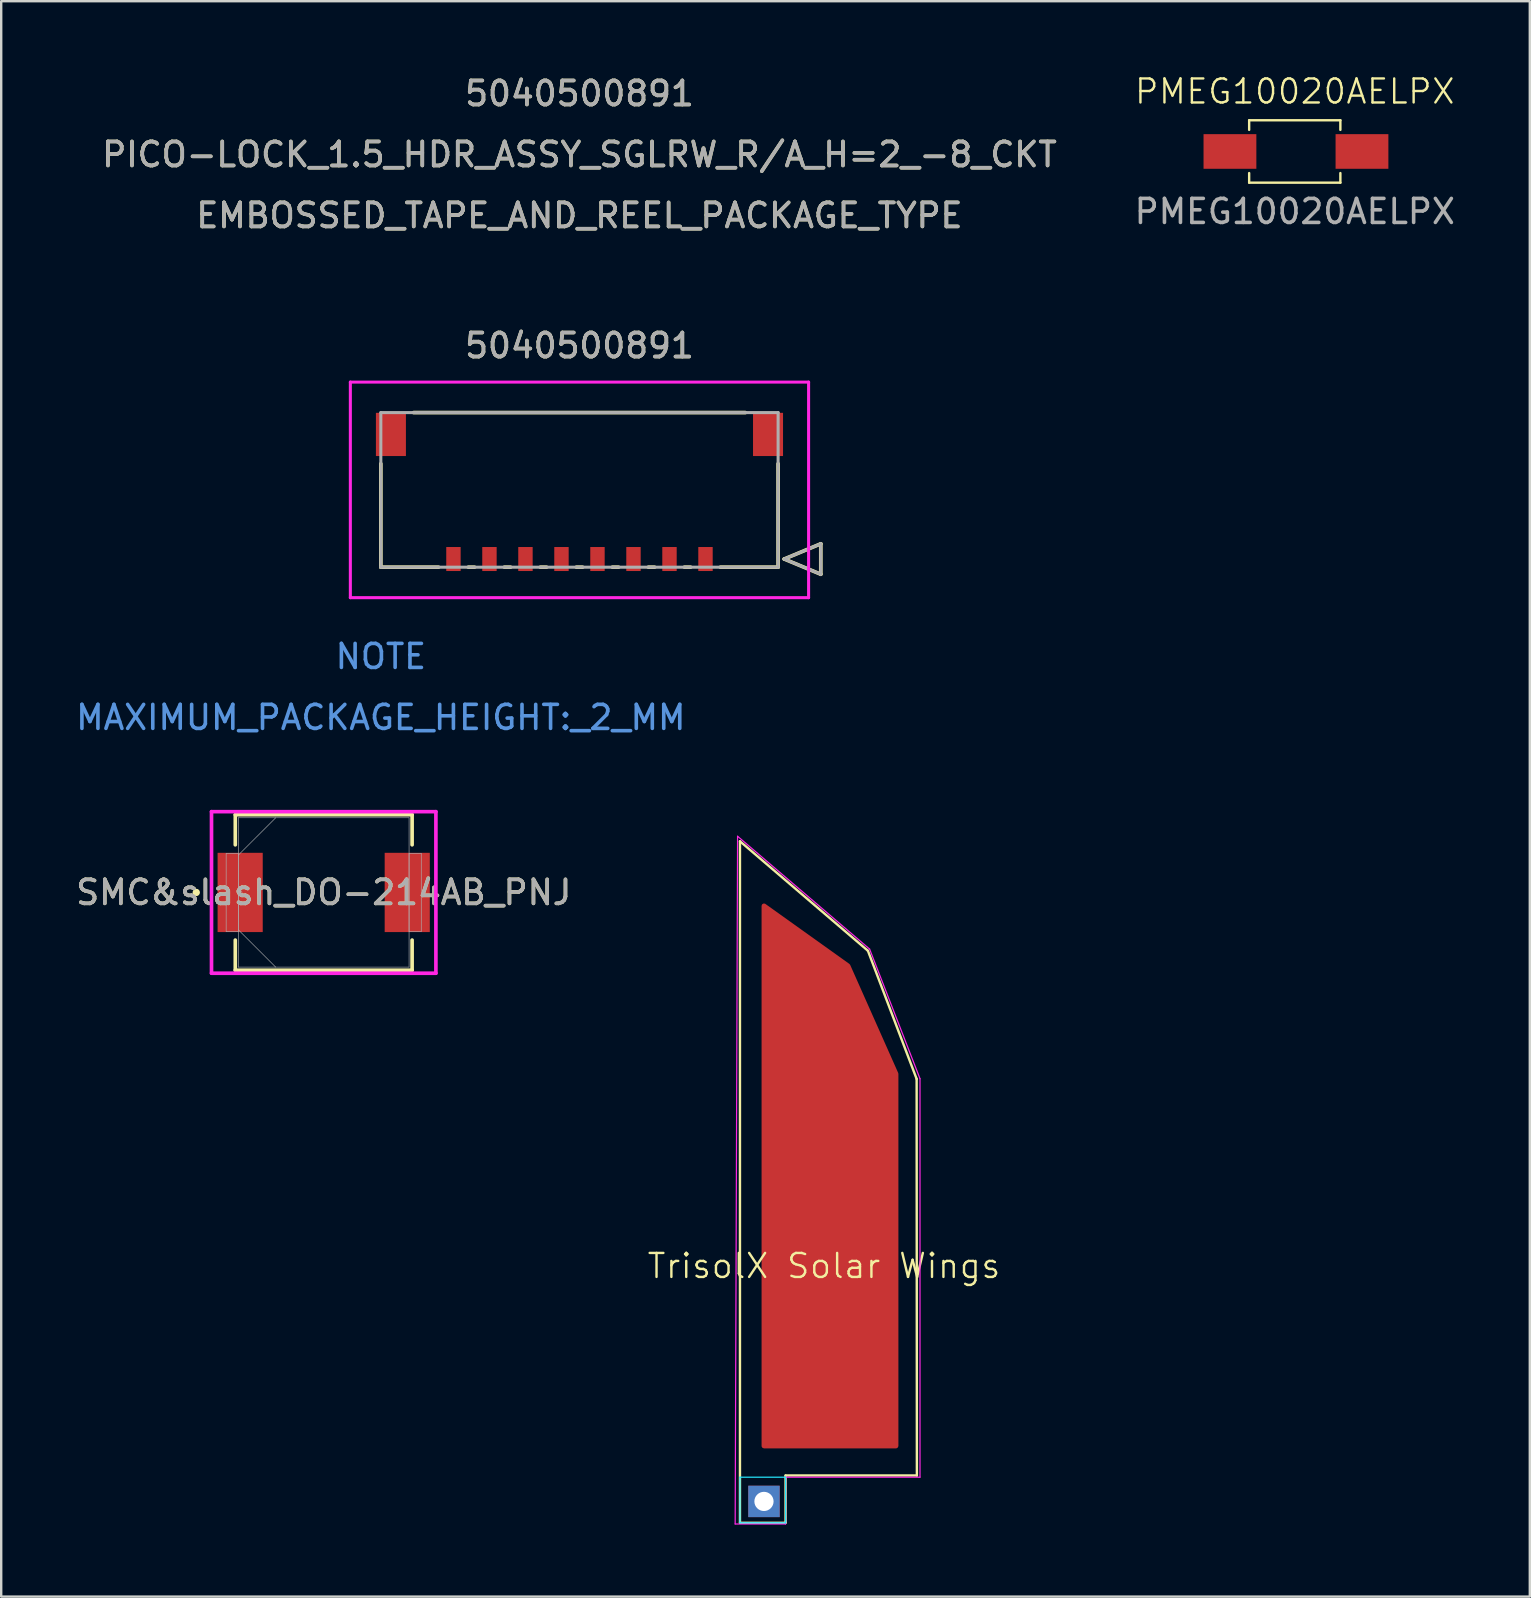
<source format=kicad_pcb>
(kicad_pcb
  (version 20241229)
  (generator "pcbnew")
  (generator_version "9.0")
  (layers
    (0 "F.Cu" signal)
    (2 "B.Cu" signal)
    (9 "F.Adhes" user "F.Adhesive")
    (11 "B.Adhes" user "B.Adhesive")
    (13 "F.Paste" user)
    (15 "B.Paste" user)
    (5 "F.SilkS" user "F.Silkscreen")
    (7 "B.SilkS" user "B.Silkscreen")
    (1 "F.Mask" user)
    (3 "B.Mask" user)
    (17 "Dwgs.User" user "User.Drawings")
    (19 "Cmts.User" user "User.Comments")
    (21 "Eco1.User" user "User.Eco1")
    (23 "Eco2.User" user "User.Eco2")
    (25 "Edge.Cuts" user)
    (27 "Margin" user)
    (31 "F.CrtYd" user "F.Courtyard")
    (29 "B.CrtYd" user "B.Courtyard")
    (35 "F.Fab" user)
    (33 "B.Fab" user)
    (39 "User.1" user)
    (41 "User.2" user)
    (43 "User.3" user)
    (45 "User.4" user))
  (footprint "SMC&slash_DO-214AB_PNJ"
    (layer "F.Cu")
    (at 10.435 34.128)
    (property "Reference" "SMC&slash_DO-214AB_PNJ" (at 0 0 0) (unlocked yes) (layer "F.SilkS") (effects (font (size 1 1) (thickness 0.15))))
    (attr smd)
    (fp_line (start -3.683 -3.239) (end -3.683 -1.984) (stroke (width 0.152) (type solid)) (layer "F.SilkS"))
    (fp_line (start -3.683 1.984) (end -3.683 3.239) (stroke (width 0.152) (type solid)) (layer "F.SilkS"))
    (fp_line (start -3.683 3.239) (end 3.683 3.239) (stroke (width 0.152) (type solid)) (layer "F.SilkS"))
    (fp_line (start 3.683 -3.239) (end -3.683 -3.239) (stroke (width 0.152) (type solid)) (layer "F.SilkS"))
    (fp_line (start 3.683 -1.984) (end 3.683 -3.239) (stroke (width 0.152) (type solid)) (layer "F.SilkS"))
    (fp_line (start 3.683 3.239) (end 3.683 1.984) (stroke (width 0.152) (type solid)) (layer "F.SilkS"))
    (fp_circle (center -5.309 0) (end -5.232 0) (stroke (width 0.152) (type solid)) (fill no) (layer "F.SilkS"))
    (fp_line (start -4.674 -3.365) (end 4.674 -3.365) (stroke (width 0.152) (type solid)) (layer "F.CrtYd"))
    (fp_line (start -4.674 3.365) (end -4.674 -3.365) (stroke (width 0.152) (type solid)) (layer "F.CrtYd"))
    (fp_line (start 4.674 -3.365) (end 4.674 3.365) (stroke (width 0.152) (type solid)) (layer "F.CrtYd"))
    (fp_line (start 4.674 3.365) (end -4.674 3.365) (stroke (width 0.152) (type solid)) (layer "F.CrtYd"))
    (fp_line (start -4.064 -1.626) (end -4.064 1.626) (stroke (width 0.025) (type solid)) (layer "F.Fab"))
    (fp_line (start -4.064 1.626) (end -3.556 1.626) (stroke (width 0.025) (type solid)) (layer "F.Fab"))
    (fp_line (start -3.556 -3.111) (end -3.556 3.111) (stroke (width 0.025) (type solid)) (layer "F.Fab"))
    (fp_line (start -3.556 -1.626) (end -4.064 -1.626) (stroke (width 0.025) (type solid)) (layer "F.Fab"))
    (fp_line (start -3.556 -1.556) (end -2 -3.111) (stroke (width 0.025) (type solid)) (layer "F.Fab"))
    (fp_line (start -3.556 1.556) (end -2 3.111) (stroke (width 0.025) (type solid)) (layer "F.Fab"))
    (fp_line (start -3.556 1.626) (end -3.556 -1.626) (stroke (width 0.025) (type solid)) (layer "F.Fab"))
    (fp_line (start -3.556 3.111) (end 3.556 3.111) (stroke (width 0.025) (type solid)) (layer "F.Fab"))
    (fp_line (start 3.556 -3.111) (end -3.556 -3.111) (stroke (width 0.025) (type solid)) (layer "F.Fab"))
    (fp_line (start 3.556 -1.626) (end 3.556 1.626) (stroke (width 0.025) (type solid)) (layer "F.Fab"))
    (fp_line (start 3.556 1.626) (end 4.064 1.626) (stroke (width 0.025) (type solid)) (layer "F.Fab"))
    (fp_line (start 3.556 3.111) (end 3.556 -3.111) (stroke (width 0.025) (type solid)) (layer "F.Fab"))
    (fp_line (start 4.064 -1.626) (end 3.556 -1.626) (stroke (width 0.025) (type solid)) (layer "F.Fab"))
    (fp_line (start 4.064 1.626) (end 4.064 -1.626) (stroke (width 0.025) (type solid)) (layer "F.Fab"))
    (fp_circle (center -3.48 0) (end -3.404 0) (stroke (width 0.025) (type solid)) (fill no) (layer "F.Fab"))
    (fp_text user "${REFERENCE}" (at 0 0 0) (unlocked yes) (layer "F.Fab") (effects (font (size 1 1) (thickness 0.15))))
    (pad "1" smd rect (at -3.48 0) (size 1.88 3.302) (layers "F.Cu" "F.Mask" "F.Paste"))
    (pad "2" smd rect (at 3.48 0) (size 1.88 3.302) (layers "F.Cu" "F.Mask" "F.Paste"))
    (zone (net_name "") (layer "F.Cu") (hatch full 0.508) (connect_pads) (min_thickness 0.254) (filled_areas_thickness no) (keepout (tracks not_allowed) (vias not_allowed) (pads allowed) (copperpour not_allowed) (footprints allowed)) (placement (enabled no)) (fill) (polygon (pts (xy 7.945 31.068) (xy 12.924 31.068) (xy 12.924 37.189) (xy 7.945 37.189)))))
  (footprint "5040500891"
    (layer "F.Cu")
    (at 26.34 20.238)
    (property "Reference" "5040500891" (at -5.25 -8.89 0) (unlocked yes) (layer "F.SilkS") (effects (font (size 1 1) (thickness 0.15))))
    (attr smd)
    (fp_line (start -13.525 -3.97) (end -13.525 0.34) (stroke (width 0.152) (type solid)) (layer "F.SilkS"))
    (fp_line (start -13.525 0.34) (end -11.12 0.34) (stroke (width 0.152) (type solid)) (layer "F.SilkS"))
    (fp_line (start -9.88 0.34) (end -9.62 0.34) (stroke (width 0.152) (type solid)) (layer "F.SilkS"))
    (fp_line (start -8.38 0.34) (end -8.12 0.34) (stroke (width 0.152) (type solid)) (layer "F.SilkS"))
    (fp_line (start -6.88 0.34) (end -6.62 0.34) (stroke (width 0.152) (type solid)) (layer "F.SilkS"))
    (fp_line (start -5.38 0.34) (end -5.12 0.34) (stroke (width 0.152) (type solid)) (layer "F.SilkS"))
    (fp_line (start -3.88 0.34) (end -3.62 0.34) (stroke (width 0.152) (type solid)) (layer "F.SilkS"))
    (fp_line (start -2.38 0.34) (end -2.12 0.34) (stroke (width 0.152) (type solid)) (layer "F.SilkS"))
    (fp_line (start -0.88 0.34) (end -0.62 0.34) (stroke (width 0.152) (type solid)) (layer "F.SilkS"))
    (fp_line (start 0.62 0.34) (end 3.025 0.34) (stroke (width 0.152) (type solid)) (layer "F.SilkS"))
    (fp_line (start 1.66 -6.1) (end -12.16 -6.1) (stroke (width 0.152) (type solid)) (layer "F.SilkS"))
    (fp_line (start 3.025 0.34) (end 3.025 -3.97) (stroke (width 0.152) (type solid)) (layer "F.SilkS"))
    (fp_line (start 3.279 0) (end 4.803 -0.635) (stroke (width 0.152) (type solid)) (layer "F.SilkS"))
    (fp_line (start 4.803 -0.635) (end 4.803 0.635) (stroke (width 0.152) (type solid)) (layer "F.SilkS"))
    (fp_line (start 4.803 0.635) (end 3.279 0) (stroke (width 0.152) (type solid)) (layer "F.SilkS"))
    (fp_line (start -14.795 -7.37) (end -14.795 1.61) (stroke (width 0.127) (type solid)) (layer "F.CrtYd"))
    (fp_line (start -14.795 1.61) (end 4.295 1.61) (stroke (width 0.127) (type solid)) (layer "F.CrtYd"))
    (fp_line (start 4.295 -7.37) (end -14.795 -7.37) (stroke (width 0.127) (type solid)) (layer "F.CrtYd"))
    (fp_line (start 4.295 1.61) (end 4.295 -7.37) (stroke (width 0.127) (type solid)) (layer "F.CrtYd"))
    (fp_line (start -13.525 -6.1) (end -13.525 0.34) (stroke (width 0.127) (type solid)) (layer "F.Fab"))
    (fp_line (start -13.525 0.34) (end 3.025 0.34) (stroke (width 0.127) (type solid)) (layer "F.Fab"))
    (fp_line (start 3.025 -6.1) (end -13.525 -6.1) (stroke (width 0.127) (type solid)) (layer "F.Fab"))
    (fp_line (start 3.025 0.34) (end 3.025 -6.1) (stroke (width 0.127) (type solid)) (layer "F.Fab"))
    (fp_line (start 3.279 0) (end 4.803 -0.635) (stroke (width 0.127) (type solid)) (layer "F.Fab"))
    (fp_line (start 4.803 -0.635) (end 4.803 0.635) (stroke (width 0.127) (type solid)) (layer "F.Fab"))
    (fp_line (start 4.803 0.635) (end 3.279 0) (stroke (width 0.127) (type solid)) (layer "F.Fab"))
    (fp_text user "PICO-LOCK_1.5_HDR_ASSY_SGLRW_R/A_H=2_-8_CKT" (at -5.25 -16.85 0) (unlocked yes) (layer "F.SilkS") (effects (font (size 1 1) (thickness 0.15))))
    (fp_text user "EMBOSSED_TAPE_AND_REEL_PACKAGE_TYPE" (at -5.25 -14.31 0) (unlocked yes) (layer "F.SilkS") (effects (font (size 1 1) (thickness 0.15))))
    (fp_text user "5040500891" (at -5.25 -19.39 0) (unlocked yes) (layer "F.SilkS") (effects (font (size 1 1) (thickness 0.15))))
    (fp_text user "MAXIMUM_PACKAGE_HEIGHT:_2_MM" (at -13.525 6.6 0) (unlocked yes) (layer "Cmts.User") (effects (font (size 1 1) (thickness 0.15))))
    (fp_text user "NOTE" (at -13.525 4.06 0) (unlocked yes) (layer "Cmts.User") (effects (font (size 1 1) (thickness 0.15))))
    (fp_text user "${REFERENCE}" (at -5.25 -8.89 0) (unlocked yes) (layer "F.Fab") (effects (font (size 1 1) (thickness 0.15))))
    (fp_text user "EMBOSSED_TAPE_AND_REEL_PACKAGE_TYPE" (at -5.25 -14.31 0) (unlocked yes) (layer "F.Fab") (effects (font (size 1 1) (thickness 0.15))))
    (fp_text user "PICO-LOCK_1.5_HDR_ASSY_SGLRW_R/A_H=2_-8_CKT" (at -5.25 -16.85 0) (unlocked yes) (layer "F.Fab") (effects (font (size 1 1) (thickness 0.15))))
    (fp_text user "5040500891" (at -5.25 -19.39 0) (unlocked yes) (layer "F.Fab") (effects (font (size 1 1) (thickness 0.15))))
    (pad "1" smd rect (at 0 0) (size 0.6 1) (layers "F.Cu" "F.Mask" "F.Paste"))
    (pad "2" smd rect (at -1.5 0) (size 0.6 1) (layers "F.Cu" "F.Mask" "F.Paste"))
    (pad "3" smd rect (at -3 0) (size 0.6 1) (layers "F.Cu" "F.Mask" "F.Paste"))
    (pad "4" smd rect (at -4.5 0) (size 0.6 1) (layers "F.Cu" "F.Mask" "F.Paste"))
    (pad "5" smd rect (at -6 0) (size 0.6 1) (layers "F.Cu" "F.Mask" "F.Paste"))
    (pad "6" smd rect (at -7.5 0) (size 0.6 1) (layers "F.Cu" "F.Mask" "F.Paste"))
    (pad "7" smd rect (at -9 0) (size 0.6 1) (layers "F.Cu" "F.Mask" "F.Paste"))
    (pad "8" smd rect (at -10.5 0) (size 0.6 1) (layers "F.Cu" "F.Mask" "F.Paste"))
    (pad "9" smd rect (at 2.605 -5.19) (size 1.25 1.8) (layers "F.Cu" "F.Mask" "F.Paste"))
    (pad "10" smd rect (at -13.105 -5.19) (size 1.25 1.8) (layers "F.Cu" "F.Mask" "F.Paste")))
  (footprint "PMEG10020AELPX"
    (layer "F.Cu")
    (at 50.888 3.26)
    (property "Reference" "PMEG10020AELPX" (at 0 -2.5 0) (unlocked yes) (layer "F.SilkS") (effects (font (size 1 1) (thickness 0.1))))
    (attr smd)
    (fp_line (start -1.9 -1.3) (end -1.9 -0.9) (stroke (width 0.1) (type default)) (layer "F.SilkS"))
    (fp_line (start -1.9 -1.3) (end 1.9 -1.3) (stroke (width 0.1) (type default)) (layer "F.SilkS"))
    (fp_line (start -1.9 1.3) (end -1.9 0.9) (stroke (width 0.1) (type default)) (layer "F.SilkS"))
    (fp_line (start -1.9 1.3) (end 1.9 1.3) (stroke (width 0.1) (type default)) (layer "F.SilkS"))
    (fp_line (start 1.9 -1.3) (end 1.9 -0.9) (stroke (width 0.1) (type default)) (layer "F.SilkS"))
    (fp_line (start 1.9 1.3) (end 1.9 0.9) (stroke (width 0.1) (type default)) (layer "F.SilkS"))
    (fp_text user "${REFERENCE}" (at 0 2.5 0) (unlocked yes) (layer "F.Fab") (effects (font (size 1 1) (thickness 0.15))))
    (pad "1" smd rect (at -2.7 0 90) (size 1.443 2.2) (layers "F.Cu" "F.Mask" "F.Paste"))
    (pad "2" smd rect (at 2.8 0 90) (size 1.443 2.2) (layers "F.Cu" "F.Mask" "F.Paste"))
    (zone (net_name "") (layer "F.Cu") (name "bruh") (hatch edge 0.5) (connect_pads) (min_thickness 0.25) (filled_areas_thickness no) (keepout (tracks not_allowed) (vias not_allowed) (pads not_allowed) (copperpour allowed) (footprints allowed)) (placement (enabled no)) (fill) (polygon (pts (xy 49.488 4.46) (xy 49.488 2.061) (xy 52.388 2.061) (xy 52.388 4.46)))))
  (footprint "TrisolX Solar Wings"
    (layer "F.Cu")
    (at 31.276 50.187)
    (property "Reference" "TrisolX Solar Wings" (at 0 -0.5 0) (unlocked yes) (layer "F.SilkS") (effects (font (size 1 1) (thickness 0.1))))
    (attr smd)
    (fp_line (start -3.5 -18.19) (end -3.5 10.2) (stroke (width 0.1) (type default)) (layer "F.SilkS"))
    (fp_line (start -3.5 10.2) (end -1.6 10.2) (stroke (width 0.1) (type default)) (layer "F.SilkS"))
    (fp_line (start -1.6 8.23) (end 3.87 8.23) (stroke (width 0.1) (type default)) (layer "F.SilkS"))
    (fp_line (start -1.6 10.2) (end -1.6 8.23) (stroke (width 0.1) (type default)) (layer "F.SilkS"))
    (fp_line (start 1.83 -13.63) (end -3.5 -18.19) (stroke (width 0.1) (type default)) (layer "F.SilkS"))
    (fp_line (start 3.86 -8.29) (end 1.83 -13.63) (stroke (width 0.1) (type default)) (layer "F.SilkS"))
    (fp_line (start 3.87 8.23) (end 3.86 -8.29) (stroke (width 0.1) (type default)) (layer "F.SilkS"))
    (fp_line (start -3.5 8.3) (end -3.5 10.2) (stroke (width 0.05) (type default)) (layer "B.CrtYd"))
    (fp_line (start -3.5 8.3) (end -1.6 8.3) (stroke (width 0.05) (type default)) (layer "B.CrtYd"))
    (fp_line (start -3.5 10.2) (end -1.6 10.2) (stroke (width 0.05) (type default)) (layer "B.CrtYd"))
    (fp_line (start -1.6 10.2) (end -1.6 8.3) (stroke (width 0.05) (type default)) (layer "B.CrtYd"))
    (fp_line (start -3.7 10.25) (end -1.6 10.25) (stroke (width 0.05) (type default)) (layer "F.CrtYd"))
    (fp_line (start -3.6 -18.4) (end -3.7 10.25) (stroke (width 0.05) (type default)) (layer "F.CrtYd"))
    (fp_line (start -1.6 8.3) (end 4 8.3) (stroke (width 0.05) (type default)) (layer "F.CrtYd"))
    (fp_line (start -1.6 10.25) (end -1.6 8.3) (stroke (width 0.05) (type default)) (layer "F.CrtYd"))
    (fp_line (start 1.9 -13.7) (end -3.6 -18.4) (stroke (width 0.05) (type default)) (layer "F.CrtYd"))
    (fp_line (start 4 -8.3) (end 1.9 -13.7) (stroke (width 0.05) (type default)) (layer "F.CrtYd"))
    (fp_line (start 4 8.3) (end 4 -8.3) (stroke (width 0.05) (type default)) (layer "F.CrtYd"))
    (pad "1" smd custom (at 0.5 -1 270) (size 10 3.35) (layers "F.Cu" "F.Mask" "F.Paste") (options (anchor rect)) (primitives (gr_poly (pts (xy -14.5 3) (xy 8 3) (xy 8 -2.5) (xy -7.5 -2.5) (xy -12 -0.5)) (width 0.2) (fill yes))))
    (pad "2" thru_hole rect (at -2.5 9.31 270) (size 1.308 1.308) (drill 0.8) (layers "*.Cu" "*.Mask"))
    (zone (net_name "") (layer "F.Cu") (hatch full 0.5) (connect_pads) (min_thickness 0.25) (filled_areas_thickness no) (keepout (tracks allowed) (vias allowed) (pads allowed) (copperpour not_allowed) (footprints allowed)) (placement (enabled no)) (fill) (polygon (pts (xy 27.276 30.687) (xy 33.276 35.687) (xy 35.776 41.887) (xy 35.776 58.487) (xy 27.276 58.187)))))
  (gr_rect
    (start -3 -3)
    (end 60.68 63.462)
    (stroke (width 0.1) (type default))
    (fill no)
    (layer "Edge.Cuts")))
</source>
